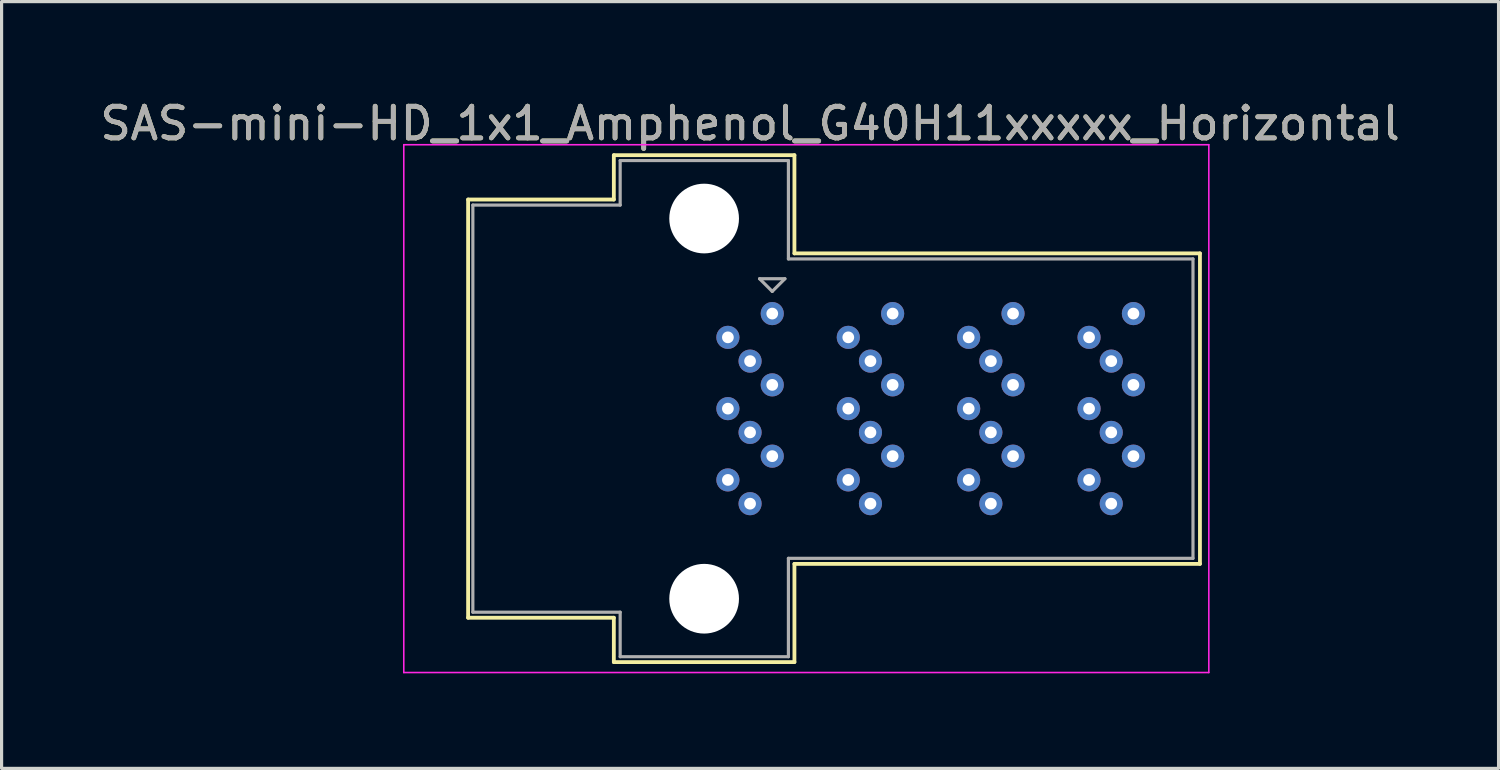
<source format=kicad_pcb>
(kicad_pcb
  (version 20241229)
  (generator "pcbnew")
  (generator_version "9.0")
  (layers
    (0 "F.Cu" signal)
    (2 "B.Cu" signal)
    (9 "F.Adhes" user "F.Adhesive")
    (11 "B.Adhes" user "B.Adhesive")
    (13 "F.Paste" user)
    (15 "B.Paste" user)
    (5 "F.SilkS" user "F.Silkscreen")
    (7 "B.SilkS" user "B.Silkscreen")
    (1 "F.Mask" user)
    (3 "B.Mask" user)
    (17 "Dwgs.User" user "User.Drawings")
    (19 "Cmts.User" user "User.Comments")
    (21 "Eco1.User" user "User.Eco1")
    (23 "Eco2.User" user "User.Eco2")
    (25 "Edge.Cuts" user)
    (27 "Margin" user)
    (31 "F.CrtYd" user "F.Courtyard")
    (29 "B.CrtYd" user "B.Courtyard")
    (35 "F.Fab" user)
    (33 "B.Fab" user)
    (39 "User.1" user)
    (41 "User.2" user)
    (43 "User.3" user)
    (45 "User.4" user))
  (footprint "SAS-mini-HD_1x1_Amphenol_G40H11xxxxx_Horizontal"
    (layer "F.Cu")
    (at 20.625 9.848)
    (property "Reference" "SAS-mini-HD_1x1_Amphenol_G40H11xxxxx_Horizontal" (at 0 -9 0) (unlocked yes) (layer "F.SilkS") (effects (font (size 1 1) (thickness 0.15))))
    (attr through_hole)
    (fp_line (start -8.9 -6.6) (end -4.3 -6.6) (stroke (width 0.12) (type solid)) (layer "F.SilkS"))
    (fp_line (start -8.9 6.6) (end -8.9 -6.6) (stroke (width 0.12) (type solid)) (layer "F.SilkS"))
    (fp_line (start -4.3 -8) (end 1.4 -8) (stroke (width 0.12) (type solid)) (layer "F.SilkS"))
    (fp_line (start -4.3 -6.6) (end -4.3 -8) (stroke (width 0.12) (type solid)) (layer "F.SilkS"))
    (fp_line (start -4.3 6.6) (end -8.9 6.6) (stroke (width 0.12) (type solid)) (layer "F.SilkS"))
    (fp_line (start -4.3 8) (end -4.3 6.6) (stroke (width 0.12) (type solid)) (layer "F.SilkS"))
    (fp_line (start 1.4 -8) (end 1.4 -4.9) (stroke (width 0.12) (type solid)) (layer "F.SilkS"))
    (fp_line (start 1.4 4.9) (end 1.4 8) (stroke (width 0.12) (type solid)) (layer "F.SilkS"))
    (fp_line (start 1.4 8) (end -4.3 8) (stroke (width 0.12) (type solid)) (layer "F.SilkS"))
    (fp_line (start 14.2 -4.9) (end 1.4 -4.9) (stroke (width 0.12) (type solid)) (layer "F.SilkS"))
    (fp_line (start 14.2 -4.9) (end 14.2 4.9) (stroke (width 0.12) (type solid)) (layer "F.SilkS"))
    (fp_line (start 14.2 4.9) (end 1.4 4.9) (stroke (width 0.12) (type solid)) (layer "F.SilkS"))
    (fp_line (start -10.93 -8.33) (end -10.93 8.33) (stroke (width 0.05) (type solid)) (layer "F.CrtYd"))
    (fp_line (start -10.93 -8.33) (end 14.48 -8.33) (stroke (width 0.05) (type solid)) (layer "F.CrtYd"))
    (fp_line (start -10.93 8.33) (end 14.48 8.33) (stroke (width 0.05) (type solid)) (layer "F.CrtYd"))
    (fp_line (start 14.48 -8.33) (end 14.48 8.33) (stroke (width 0.05) (type solid)) (layer "F.CrtYd"))
    (fp_line (start -8.75 -6.425) (end -4.1 -6.425) (stroke (width 0.1) (type solid)) (layer "F.Fab"))
    (fp_line (start -8.75 6.425) (end -8.75 -6.425) (stroke (width 0.1) (type solid)) (layer "F.Fab"))
    (fp_line (start -8.75 6.425) (end -4.1 6.425) (stroke (width 0.1) (type solid)) (layer "F.Fab"))
    (fp_line (start -4.1 -7.83) (end 1.21 -7.83) (stroke (width 0.1) (type solid)) (layer "F.Fab"))
    (fp_line (start -4.1 -6.425) (end -4.1 -7.83) (stroke (width 0.1) (type solid)) (layer "F.Fab"))
    (fp_line (start -4.1 7.83) (end -4.1 6.425) (stroke (width 0.1) (type solid)) (layer "F.Fab"))
    (fp_line (start -4.1 7.83) (end 1.21 7.83) (stroke (width 0.1) (type solid)) (layer "F.Fab"))
    (fp_line (start 0.3 -4.1) (end 1.1 -4.1) (stroke (width 0.1) (type solid)) (layer "F.Fab"))
    (fp_line (start 0.7 -3.7) (end 0.3 -4.1) (stroke (width 0.1) (type solid)) (layer "F.Fab"))
    (fp_line (start 1.1 -4.1) (end 0.7 -3.7) (stroke (width 0.1) (type solid)) (layer "F.Fab"))
    (fp_line (start 1.21 -7.83) (end 1.21 -4.725) (stroke (width 0.1) (type solid)) (layer "F.Fab"))
    (fp_line (start 1.21 -4.725) (end 13.98 -4.725) (stroke (width 0.1) (type solid)) (layer "F.Fab"))
    (fp_line (start 1.21 4.725) (end 1.21 7.83) (stroke (width 0.1) (type solid)) (layer "F.Fab"))
    (fp_line (start 1.21 4.725) (end 13.98 4.725) (stroke (width 0.1) (type solid)) (layer "F.Fab"))
    (fp_line (start 13.98 -4.725) (end 13.98 4.725) (stroke (width 0.1) (type solid)) (layer "F.Fab"))
    (fp_text user "${REFERENCE}" (at 0 -9 0) (unlocked yes) (layer "F.Fab") (effects (font (size 1 1) (thickness 0.15))))
    (pad "" np_thru_hole circle (at -1.45 -6) (size 2.2 2.2) (drill 2.2) (layers "*.Cu" "*.Mask"))
    (pad "" np_thru_hole circle (at -1.45 6) (size 2.2 2.2) (drill 2.2) (layers "*.Cu" "*.Mask"))
    (pad "A1" thru_hole circle (at 0.7 -3) (size 0.73 0.73) (drill 0.37) (layers "*.Cu" "*.Mask"))
    (pad "A2" thru_hole circle (at -0.7 -2.25) (size 0.73 0.73) (drill 0.37) (layers "*.Cu" "*.Mask"))
    (pad "A3" thru_hole circle (at 0 -1.5) (size 0.73 0.73) (drill 0.37) (layers "*.Cu" "*.Mask"))
    (pad "A4" thru_hole circle (at 0.7 -0.75) (size 0.73 0.73) (drill 0.37) (layers "*.Cu" "*.Mask"))
    (pad "A5" thru_hole circle (at -0.7 0) (size 0.73 0.73) (drill 0.37) (layers "*.Cu" "*.Mask"))
    (pad "A6" thru_hole circle (at 0 0.75) (size 0.73 0.73) (drill 0.37) (layers "*.Cu" "*.Mask"))
    (pad "A7" thru_hole circle (at 0.7 1.5) (size 0.73 0.73) (drill 0.37) (layers "*.Cu" "*.Mask"))
    (pad "A8" thru_hole circle (at -0.7 2.25) (size 0.73 0.73) (drill 0.37) (layers "*.Cu" "*.Mask"))
    (pad "A9" thru_hole circle (at 0 3) (size 0.73 0.73) (drill 0.37) (layers "*.Cu" "*.Mask"))
    (pad "B1" thru_hole circle (at 4.5 -3) (size 0.73 0.73) (drill 0.37) (layers "*.Cu" "*.Mask"))
    (pad "B2" thru_hole circle (at 3.1 -2.25) (size 0.73 0.73) (drill 0.37) (layers "*.Cu" "*.Mask"))
    (pad "B3" thru_hole circle (at 3.8 -1.5) (size 0.73 0.73) (drill 0.37) (layers "*.Cu" "*.Mask"))
    (pad "B4" thru_hole circle (at 4.5 -0.75) (size 0.73 0.73) (drill 0.37) (layers "*.Cu" "*.Mask"))
    (pad "B5" thru_hole circle (at 3.1 0) (size 0.73 0.73) (drill 0.37) (layers "*.Cu" "*.Mask"))
    (pad "B6" thru_hole circle (at 3.8 0.75) (size 0.73 0.73) (drill 0.37) (layers "*.Cu" "*.Mask"))
    (pad "B7" thru_hole circle (at 4.5 1.5) (size 0.73 0.73) (drill 0.37) (layers "*.Cu" "*.Mask"))
    (pad "B8" thru_hole circle (at 3.1 2.25) (size 0.73 0.73) (drill 0.37) (layers "*.Cu" "*.Mask"))
    (pad "B9" thru_hole circle (at 3.8 3) (size 0.73 0.73) (drill 0.37) (layers "*.Cu" "*.Mask"))
    (pad "C1" thru_hole circle (at 8.3 -3) (size 0.73 0.73) (drill 0.37) (layers "*.Cu" "*.Mask"))
    (pad "C2" thru_hole circle (at 6.9 -2.25) (size 0.73 0.73) (drill 0.37) (layers "*.Cu" "*.Mask"))
    (pad "C3" thru_hole circle (at 7.6 -1.5) (size 0.73 0.73) (drill 0.37) (layers "*.Cu" "*.Mask"))
    (pad "C4" thru_hole circle (at 8.3 -0.75) (size 0.73 0.73) (drill 0.37) (layers "*.Cu" "*.Mask"))
    (pad "C5" thru_hole circle (at 6.9 0) (size 0.73 0.73) (drill 0.37) (layers "*.Cu" "*.Mask"))
    (pad "C6" thru_hole circle (at 7.6 0.75) (size 0.73 0.73) (drill 0.37) (layers "*.Cu" "*.Mask"))
    (pad "C7" thru_hole circle (at 8.3 1.5) (size 0.73 0.73) (drill 0.37) (layers "*.Cu" "*.Mask"))
    (pad "C8" thru_hole circle (at 6.9 2.25) (size 0.73 0.73) (drill 0.37) (layers "*.Cu" "*.Mask"))
    (pad "C9" thru_hole circle (at 7.6 3) (size 0.73 0.73) (drill 0.37) (layers "*.Cu" "*.Mask"))
    (pad "D1" thru_hole circle (at 12.1 -3) (size 0.73 0.73) (drill 0.37) (layers "*.Cu" "*.Mask"))
    (pad "D2" thru_hole circle (at 10.7 -2.25) (size 0.73 0.73) (drill 0.37) (layers "*.Cu" "*.Mask"))
    (pad "D3" thru_hole circle (at 11.4 -1.5) (size 0.73 0.73) (drill 0.37) (layers "*.Cu" "*.Mask"))
    (pad "D4" thru_hole circle (at 12.1 -0.75) (size 0.73 0.73) (drill 0.37) (layers "*.Cu" "*.Mask"))
    (pad "D5" thru_hole circle (at 10.7 0) (size 0.73 0.73) (drill 0.37) (layers "*.Cu" "*.Mask"))
    (pad "D6" thru_hole circle (at 11.4 0.75) (size 0.73 0.73) (drill 0.37) (layers "*.Cu" "*.Mask"))
    (pad "D7" thru_hole circle (at 12.1 1.5) (size 0.73 0.73) (drill 0.37) (layers "*.Cu" "*.Mask"))
    (pad "D8" thru_hole circle (at 10.7 2.25) (size 0.73 0.73) (drill 0.37) (layers "*.Cu" "*.Mask"))
    (pad "D9" thru_hole circle (at 11.4 3) (size 0.73 0.73) (drill 0.37) (layers "*.Cu" "*.Mask")))
  (gr_rect
    (start -3 -3)
    (end 44.25 21.203)
    (stroke (width 0.1) (type default))
    (fill no)
    (layer "Edge.Cuts")))
</source>
